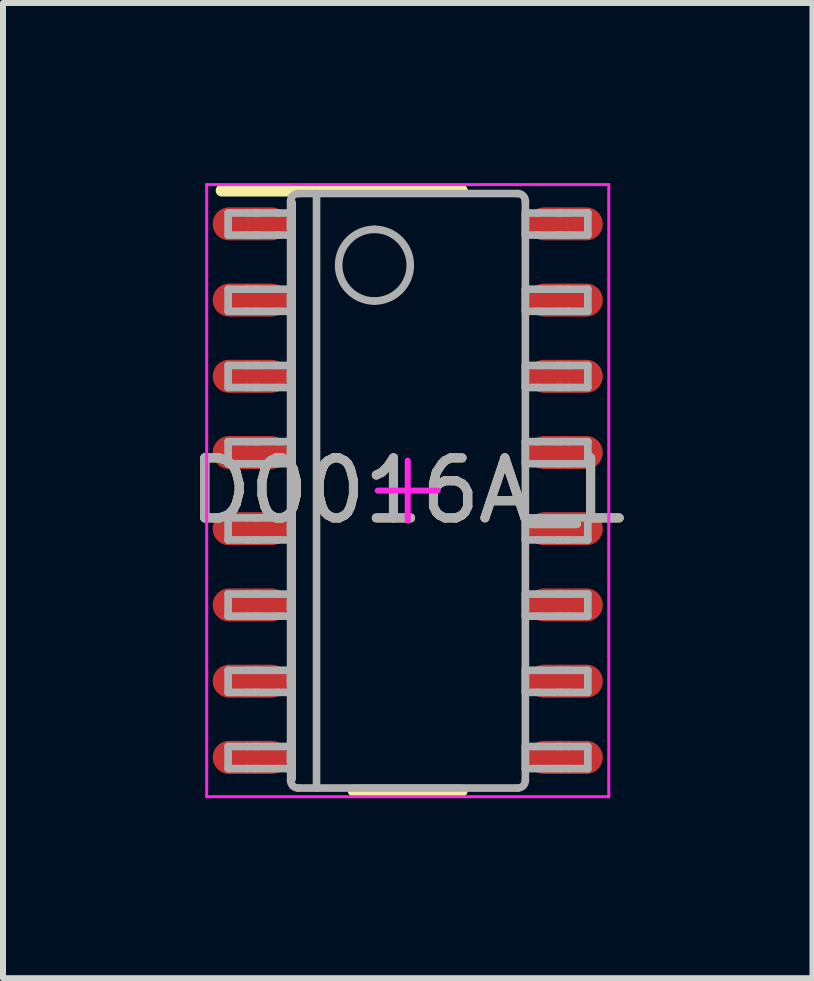
<source format=kicad_pcb>
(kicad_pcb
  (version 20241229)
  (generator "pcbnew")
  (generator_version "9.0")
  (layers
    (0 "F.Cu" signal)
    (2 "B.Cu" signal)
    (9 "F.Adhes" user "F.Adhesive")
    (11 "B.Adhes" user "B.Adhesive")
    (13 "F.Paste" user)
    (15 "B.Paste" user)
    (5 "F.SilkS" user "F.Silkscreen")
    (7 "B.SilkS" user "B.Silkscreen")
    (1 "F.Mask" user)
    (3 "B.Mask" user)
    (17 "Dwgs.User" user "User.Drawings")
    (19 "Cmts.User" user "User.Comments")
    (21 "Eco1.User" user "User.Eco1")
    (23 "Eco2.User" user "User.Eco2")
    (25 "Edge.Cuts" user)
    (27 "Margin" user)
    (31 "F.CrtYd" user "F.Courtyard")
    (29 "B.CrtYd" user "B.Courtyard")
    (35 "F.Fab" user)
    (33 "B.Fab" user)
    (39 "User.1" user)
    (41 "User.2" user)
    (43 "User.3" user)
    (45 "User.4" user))
  (footprint "D0016A_L"
    (layer "F.Cu")
    (at 3.744 5.125)
    (property "Reference" "D0016A_L" (at 0 0 0) (unlocked yes) (layer "F.SilkS") (effects (font (size 1 1) (thickness 0.15))))
    (attr smd)
    (fp_line (start -3.1 -5) (end 0.9 -5) (stroke (width 0.2) (type solid)) (layer "F.SilkS"))
    (fp_line (start -0.9 5) (end 0.9 5) (stroke (width 0.2) (type solid)) (layer "F.SilkS"))
    (fp_line (start -3.35 -5.1) (end 3.35 -5.1) (stroke (width 0.05) (type solid)) (layer "F.CrtYd"))
    (fp_line (start -3.35 5.1) (end -3.35 -5.1) (stroke (width 0.05) (type solid)) (layer "F.CrtYd"))
    (fp_line (start -3.35 5.1) (end 3.35 5.1) (stroke (width 0.05) (type solid)) (layer "F.CrtYd"))
    (fp_line (start -0.5 0) (end 0.5 0) (stroke (width 0.1) (type solid)) (layer "F.CrtYd"))
    (fp_line (start 0 0.5) (end 0 -0.5) (stroke (width 0.1) (type solid)) (layer "F.CrtYd"))
    (fp_line (start 3.35 5.1) (end 3.35 -5.1) (stroke (width 0.05) (type solid)) (layer "F.CrtYd"))
    (fp_line (start -2.993 -4.626) (end -2.671 -4.626) (stroke (width 0.127) (type solid)) (layer "F.Fab"))
    (fp_line (start -2.993 -4.258) (end -2.993 -4.626) (stroke (width 0.127) (type solid)) (layer "F.Fab"))
    (fp_line (start -2.993 -4.258) (end -2.671 -4.258) (stroke (width 0.127) (type solid)) (layer "F.Fab"))
    (fp_line (start -2.993 -3.356) (end -2.671 -3.356) (stroke (width 0.127) (type solid)) (layer "F.Fab"))
    (fp_line (start -2.993 -2.988) (end -2.993 -3.356) (stroke (width 0.127) (type solid)) (layer "F.Fab"))
    (fp_line (start -2.993 -2.988) (end -2.671 -2.988) (stroke (width 0.127) (type solid)) (layer "F.Fab"))
    (fp_line (start -2.993 -2.086) (end -2.671 -2.086) (stroke (width 0.127) (type solid)) (layer "F.Fab"))
    (fp_line (start -2.993 -1.718) (end -2.993 -2.086) (stroke (width 0.127) (type solid)) (layer "F.Fab"))
    (fp_line (start -2.993 -1.718) (end -2.671 -1.718) (stroke (width 0.127) (type solid)) (layer "F.Fab"))
    (fp_line (start -2.993 -0.816) (end -2.671 -0.816) (stroke (width 0.127) (type solid)) (layer "F.Fab"))
    (fp_line (start -2.993 -0.448) (end -2.993 -0.816) (stroke (width 0.127) (type solid)) (layer "F.Fab"))
    (fp_line (start -2.993 -0.448) (end -2.671 -0.448) (stroke (width 0.127) (type solid)) (layer "F.Fab"))
    (fp_line (start -2.993 0.454) (end -2.671 0.454) (stroke (width 0.127) (type solid)) (layer "F.Fab"))
    (fp_line (start -2.993 0.822) (end -2.993 0.454) (stroke (width 0.127) (type solid)) (layer "F.Fab"))
    (fp_line (start -2.993 0.822) (end -2.671 0.822) (stroke (width 0.127) (type solid)) (layer "F.Fab"))
    (fp_line (start -2.993 1.724) (end -2.671 1.724) (stroke (width 0.127) (type solid)) (layer "F.Fab"))
    (fp_line (start -2.993 2.092) (end -2.993 1.724) (stroke (width 0.127) (type solid)) (layer "F.Fab"))
    (fp_line (start -2.993 2.092) (end -2.671 2.092) (stroke (width 0.127) (type solid)) (layer "F.Fab"))
    (fp_line (start -2.993 2.994) (end -2.671 2.994) (stroke (width 0.127) (type solid)) (layer "F.Fab"))
    (fp_line (start -2.993 3.362) (end -2.993 2.994) (stroke (width 0.127) (type solid)) (layer "F.Fab"))
    (fp_line (start -2.993 3.362) (end -2.671 3.362) (stroke (width 0.127) (type solid)) (layer "F.Fab"))
    (fp_line (start -2.993 4.264) (end -2.671 4.264) (stroke (width 0.127) (type solid)) (layer "F.Fab"))
    (fp_line (start -2.993 4.632) (end -2.993 4.264) (stroke (width 0.127) (type solid)) (layer "F.Fab"))
    (fp_line (start -2.993 4.632) (end -2.671 4.632) (stroke (width 0.127) (type solid)) (layer "F.Fab"))
    (fp_line (start -2.671 -4.626) (end -2.555 -4.626) (stroke (width 0.127) (type solid)) (layer "F.Fab"))
    (fp_line (start -2.671 -4.258) (end -2.555 -4.258) (stroke (width 0.127) (type solid)) (layer "F.Fab"))
    (fp_line (start -2.671 -3.356) (end -2.555 -3.356) (stroke (width 0.127) (type solid)) (layer "F.Fab"))
    (fp_line (start -2.671 -2.988) (end -2.555 -2.988) (stroke (width 0.127) (type solid)) (layer "F.Fab"))
    (fp_line (start -2.671 -2.086) (end -2.555 -2.086) (stroke (width 0.127) (type solid)) (layer "F.Fab"))
    (fp_line (start -2.671 -1.718) (end -2.555 -1.718) (stroke (width 0.127) (type solid)) (layer "F.Fab"))
    (fp_line (start -2.671 -0.816) (end -2.555 -0.816) (stroke (width 0.127) (type solid)) (layer "F.Fab"))
    (fp_line (start -2.671 -0.448) (end -2.555 -0.448) (stroke (width 0.127) (type solid)) (layer "F.Fab"))
    (fp_line (start -2.671 0.454) (end -2.555 0.454) (stroke (width 0.127) (type solid)) (layer "F.Fab"))
    (fp_line (start -2.671 0.822) (end -2.555 0.822) (stroke (width 0.127) (type solid)) (layer "F.Fab"))
    (fp_line (start -2.671 1.724) (end -2.555 1.724) (stroke (width 0.127) (type solid)) (layer "F.Fab"))
    (fp_line (start -2.671 2.092) (end -2.555 2.092) (stroke (width 0.127) (type solid)) (layer "F.Fab"))
    (fp_line (start -2.671 2.994) (end -2.555 2.994) (stroke (width 0.127) (type solid)) (layer "F.Fab"))
    (fp_line (start -2.671 3.362) (end -2.555 3.362) (stroke (width 0.127) (type solid)) (layer "F.Fab"))
    (fp_line (start -2.671 4.264) (end -2.555 4.264) (stroke (width 0.127) (type solid)) (layer "F.Fab"))
    (fp_line (start -2.671 4.632) (end -2.555 4.632) (stroke (width 0.127) (type solid)) (layer "F.Fab"))
    (fp_line (start -2.555 -4.626) (end -2.488 -4.626) (stroke (width 0.127) (type solid)) (layer "F.Fab"))
    (fp_line (start -2.555 -4.258) (end -2.488 -4.258) (stroke (width 0.127) (type solid)) (layer "F.Fab"))
    (fp_line (start -2.555 -3.356) (end -2.488 -3.356) (stroke (width 0.127) (type solid)) (layer "F.Fab"))
    (fp_line (start -2.555 -2.988) (end -2.488 -2.988) (stroke (width 0.127) (type solid)) (layer "F.Fab"))
    (fp_line (start -2.555 -2.086) (end -2.488 -2.086) (stroke (width 0.127) (type solid)) (layer "F.Fab"))
    (fp_line (start -2.555 -1.718) (end -2.488 -1.718) (stroke (width 0.127) (type solid)) (layer "F.Fab"))
    (fp_line (start -2.555 -0.816) (end -2.488 -0.816) (stroke (width 0.127) (type solid)) (layer "F.Fab"))
    (fp_line (start -2.555 -0.448) (end -2.488 -0.448) (stroke (width 0.127) (type solid)) (layer "F.Fab"))
    (fp_line (start -2.555 0.454) (end -2.488 0.454) (stroke (width 0.127) (type solid)) (layer "F.Fab"))
    (fp_line (start -2.555 0.822) (end -2.488 0.822) (stroke (width 0.127) (type solid)) (layer "F.Fab"))
    (fp_line (start -2.555 1.724) (end -2.488 1.724) (stroke (width 0.127) (type solid)) (layer "F.Fab"))
    (fp_line (start -2.555 2.092) (end -2.488 2.092) (stroke (width 0.127) (type solid)) (layer "F.Fab"))
    (fp_line (start -2.555 2.994) (end -2.488 2.994) (stroke (width 0.127) (type solid)) (layer "F.Fab"))
    (fp_line (start -2.555 3.362) (end -2.488 3.362) (stroke (width 0.127) (type solid)) (layer "F.Fab"))
    (fp_line (start -2.555 4.264) (end -2.488 4.264) (stroke (width 0.127) (type solid)) (layer "F.Fab"))
    (fp_line (start -2.555 4.632) (end -2.488 4.632) (stroke (width 0.127) (type solid)) (layer "F.Fab"))
    (fp_line (start -2.488 -4.626) (end -2.163 -4.626) (stroke (width 0.127) (type solid)) (layer "F.Fab"))
    (fp_line (start -2.488 -4.258) (end -2.163 -4.258) (stroke (width 0.127) (type solid)) (layer "F.Fab"))
    (fp_line (start -2.488 -3.356) (end -2.163 -3.356) (stroke (width 0.127) (type solid)) (layer "F.Fab"))
    (fp_line (start -2.488 -2.988) (end -2.163 -2.988) (stroke (width 0.127) (type solid)) (layer "F.Fab"))
    (fp_line (start -2.488 -2.086) (end -2.163 -2.086) (stroke (width 0.127) (type solid)) (layer "F.Fab"))
    (fp_line (start -2.488 -1.718) (end -2.163 -1.718) (stroke (width 0.127) (type solid)) (layer "F.Fab"))
    (fp_line (start -2.488 -0.816) (end -2.163 -0.816) (stroke (width 0.127) (type solid)) (layer "F.Fab"))
    (fp_line (start -2.488 -0.448) (end -2.163 -0.448) (stroke (width 0.127) (type solid)) (layer "F.Fab"))
    (fp_line (start -2.488 0.454) (end -2.163 0.454) (stroke (width 0.127) (type solid)) (layer "F.Fab"))
    (fp_line (start -2.488 0.822) (end -2.163 0.822) (stroke (width 0.127) (type solid)) (layer "F.Fab"))
    (fp_line (start -2.488 1.724) (end -2.163 1.724) (stroke (width 0.127) (type solid)) (layer "F.Fab"))
    (fp_line (start -2.488 2.092) (end -2.163 2.092) (stroke (width 0.127) (type solid)) (layer "F.Fab"))
    (fp_line (start -2.488 2.994) (end -2.163 2.994) (stroke (width 0.127) (type solid)) (layer "F.Fab"))
    (fp_line (start -2.488 3.362) (end -2.163 3.362) (stroke (width 0.127) (type solid)) (layer "F.Fab"))
    (fp_line (start -2.488 4.264) (end -2.163 4.264) (stroke (width 0.127) (type solid)) (layer "F.Fab"))
    (fp_line (start -2.488 4.632) (end -2.163 4.632) (stroke (width 0.127) (type solid)) (layer "F.Fab"))
    (fp_line (start -2.163 -4.626) (end -1.952 -4.626) (stroke (width 0.127) (type solid)) (layer "F.Fab"))
    (fp_line (start -2.163 -4.258) (end -1.952 -4.258) (stroke (width 0.127) (type solid)) (layer "F.Fab"))
    (fp_line (start -2.163 -3.356) (end -1.952 -3.356) (stroke (width 0.127) (type solid)) (layer "F.Fab"))
    (fp_line (start -2.163 -2.988) (end -1.952 -2.988) (stroke (width 0.127) (type solid)) (layer "F.Fab"))
    (fp_line (start -2.163 -2.086) (end -1.952 -2.086) (stroke (width 0.127) (type solid)) (layer "F.Fab"))
    (fp_line (start -2.163 -1.718) (end -1.952 -1.718) (stroke (width 0.127) (type solid)) (layer "F.Fab"))
    (fp_line (start -2.163 -0.816) (end -1.952 -0.816) (stroke (width 0.127) (type solid)) (layer "F.Fab"))
    (fp_line (start -2.163 -0.448) (end -1.952 -0.448) (stroke (width 0.127) (type solid)) (layer "F.Fab"))
    (fp_line (start -2.163 0.454) (end -1.952 0.454) (stroke (width 0.127) (type solid)) (layer "F.Fab"))
    (fp_line (start -2.163 0.822) (end -1.952 0.822) (stroke (width 0.127) (type solid)) (layer "F.Fab"))
    (fp_line (start -2.163 1.724) (end -1.952 1.724) (stroke (width 0.127) (type solid)) (layer "F.Fab"))
    (fp_line (start -2.163 2.092) (end -1.952 2.092) (stroke (width 0.127) (type solid)) (layer "F.Fab"))
    (fp_line (start -2.163 2.994) (end -1.952 2.994) (stroke (width 0.127) (type solid)) (layer "F.Fab"))
    (fp_line (start -2.163 3.362) (end -1.952 3.362) (stroke (width 0.127) (type solid)) (layer "F.Fab"))
    (fp_line (start -2.163 4.264) (end -1.952 4.264) (stroke (width 0.127) (type solid)) (layer "F.Fab"))
    (fp_line (start -2.163 4.632) (end -1.952 4.632) (stroke (width 0.127) (type solid)) (layer "F.Fab"))
    (fp_line (start -1.952 -4.258) (end -1.952 -4.626) (stroke (width 0.127) (type solid)) (layer "F.Fab"))
    (fp_line (start -1.952 -2.988) (end -1.952 -3.356) (stroke (width 0.127) (type solid)) (layer "F.Fab"))
    (fp_line (start -1.952 -1.718) (end -1.952 -2.086) (stroke (width 0.127) (type solid)) (layer "F.Fab"))
    (fp_line (start -1.952 -0.448) (end -1.952 -0.816) (stroke (width 0.127) (type solid)) (layer "F.Fab"))
    (fp_line (start -1.952 0.822) (end -1.952 0.454) (stroke (width 0.127) (type solid)) (layer "F.Fab"))
    (fp_line (start -1.952 2.092) (end -1.952 1.724) (stroke (width 0.127) (type solid)) (layer "F.Fab"))
    (fp_line (start -1.952 3.362) (end -1.952 2.994) (stroke (width 0.127) (type solid)) (layer "F.Fab"))
    (fp_line (start -1.952 4.632) (end -1.952 4.264) (stroke (width 0.127) (type solid)) (layer "F.Fab"))
    (fp_line (start -1.952 4.829) (end -1.952 -4.823) (stroke (width 0.127) (type solid)) (layer "F.Fab"))
    (fp_line (start -1.925 4.803) (end -1.925 -4.797) (stroke (width 0.127) (type solid)) (layer "F.Fab"))
    (fp_line (start -1.825 -4.95) (end 1.834 -4.95) (stroke (width 0.127) (type solid)) (layer "F.Fab"))
    (fp_line (start -1.825 4.956) (end 1.834 4.956) (stroke (width 0.127) (type solid)) (layer "F.Fab"))
    (fp_line (start -1.52 4.956) (end -1.52 -4.95) (stroke (width 0.127) (type solid)) (layer "F.Fab"))
    (fp_line (start 1.96 -4.626) (end 2.172 -4.626) (stroke (width 0.127) (type solid)) (layer "F.Fab"))
    (fp_line (start 1.96 -4.258) (end 1.96 -4.626) (stroke (width 0.127) (type solid)) (layer "F.Fab"))
    (fp_line (start 1.96 -4.258) (end 2.172 -4.258) (stroke (width 0.127) (type solid)) (layer "F.Fab"))
    (fp_line (start 1.96 -3.356) (end 2.172 -3.356) (stroke (width 0.127) (type solid)) (layer "F.Fab"))
    (fp_line (start 1.96 -2.988) (end 1.96 -3.356) (stroke (width 0.127) (type solid)) (layer "F.Fab"))
    (fp_line (start 1.96 -2.988) (end 2.172 -2.988) (stroke (width 0.127) (type solid)) (layer "F.Fab"))
    (fp_line (start 1.96 -2.086) (end 2.172 -2.086) (stroke (width 0.127) (type solid)) (layer "F.Fab"))
    (fp_line (start 1.96 -1.718) (end 1.96 -2.086) (stroke (width 0.127) (type solid)) (layer "F.Fab"))
    (fp_line (start 1.96 -1.718) (end 2.172 -1.718) (stroke (width 0.127) (type solid)) (layer "F.Fab"))
    (fp_line (start 1.96 -0.816) (end 2.172 -0.816) (stroke (width 0.127) (type solid)) (layer "F.Fab"))
    (fp_line (start 1.96 -0.448) (end 1.96 -0.816) (stroke (width 0.127) (type solid)) (layer "F.Fab"))
    (fp_line (start 1.96 -0.448) (end 2.172 -0.448) (stroke (width 0.127) (type solid)) (layer "F.Fab"))
    (fp_line (start 1.96 0.454) (end 2.172 0.454) (stroke (width 0.127) (type solid)) (layer "F.Fab"))
    (fp_line (start 1.96 0.822) (end 1.96 0.454) (stroke (width 0.127) (type solid)) (layer "F.Fab"))
    (fp_line (start 1.96 0.822) (end 2.172 0.822) (stroke (width 0.127) (type solid)) (layer "F.Fab"))
    (fp_line (start 1.96 1.724) (end 2.172 1.724) (stroke (width 0.127) (type solid)) (layer "F.Fab"))
    (fp_line (start 1.96 2.092) (end 1.96 1.724) (stroke (width 0.127) (type solid)) (layer "F.Fab"))
    (fp_line (start 1.96 2.092) (end 2.172 2.092) (stroke (width 0.127) (type solid)) (layer "F.Fab"))
    (fp_line (start 1.96 2.994) (end 2.172 2.994) (stroke (width 0.127) (type solid)) (layer "F.Fab"))
    (fp_line (start 1.96 3.362) (end 1.96 2.994) (stroke (width 0.127) (type solid)) (layer "F.Fab"))
    (fp_line (start 1.96 3.362) (end 2.172 3.362) (stroke (width 0.127) (type solid)) (layer "F.Fab"))
    (fp_line (start 1.96 4.264) (end 2.172 4.264) (stroke (width 0.127) (type solid)) (layer "F.Fab"))
    (fp_line (start 1.96 4.632) (end 1.96 4.264) (stroke (width 0.127) (type solid)) (layer "F.Fab"))
    (fp_line (start 1.96 4.632) (end 2.172 4.632) (stroke (width 0.127) (type solid)) (layer "F.Fab"))
    (fp_line (start 1.96 4.829) (end 1.96 -4.823) (stroke (width 0.127) (type solid)) (layer "F.Fab"))
    (fp_line (start 2.172 -4.626) (end 2.497 -4.626) (stroke (width 0.127) (type solid)) (layer "F.Fab"))
    (fp_line (start 2.172 -4.258) (end 2.497 -4.258) (stroke (width 0.127) (type solid)) (layer "F.Fab"))
    (fp_line (start 2.172 -3.356) (end 2.497 -3.356) (stroke (width 0.127) (type solid)) (layer "F.Fab"))
    (fp_line (start 2.172 -2.988) (end 2.497 -2.988) (stroke (width 0.127) (type solid)) (layer "F.Fab"))
    (fp_line (start 2.172 -2.086) (end 2.497 -2.086) (stroke (width 0.127) (type solid)) (layer "F.Fab"))
    (fp_line (start 2.172 -1.718) (end 2.497 -1.718) (stroke (width 0.127) (type solid)) (layer "F.Fab"))
    (fp_line (start 2.172 -0.816) (end 2.497 -0.816) (stroke (width 0.127) (type solid)) (layer "F.Fab"))
    (fp_line (start 2.172 -0.448) (end 2.497 -0.448) (stroke (width 0.127) (type solid)) (layer "F.Fab"))
    (fp_line (start 2.172 0.454) (end 2.497 0.454) (stroke (width 0.127) (type solid)) (layer "F.Fab"))
    (fp_line (start 2.172 0.822) (end 2.497 0.822) (stroke (width 0.127) (type solid)) (layer "F.Fab"))
    (fp_line (start 2.172 1.724) (end 2.497 1.724) (stroke (width 0.127) (type solid)) (layer "F.Fab"))
    (fp_line (start 2.172 2.092) (end 2.497 2.092) (stroke (width 0.127) (type solid)) (layer "F.Fab"))
    (fp_line (start 2.172 2.994) (end 2.497 2.994) (stroke (width 0.127) (type solid)) (layer "F.Fab"))
    (fp_line (start 2.172 3.362) (end 2.497 3.362) (stroke (width 0.127) (type solid)) (layer "F.Fab"))
    (fp_line (start 2.172 4.264) (end 2.497 4.264) (stroke (width 0.127) (type solid)) (layer "F.Fab"))
    (fp_line (start 2.172 4.632) (end 2.497 4.632) (stroke (width 0.127) (type solid)) (layer "F.Fab"))
    (fp_line (start 2.497 -4.626) (end 2.563 -4.626) (stroke (width 0.127) (type solid)) (layer "F.Fab"))
    (fp_line (start 2.497 -4.258) (end 2.563 -4.258) (stroke (width 0.127) (type solid)) (layer "F.Fab"))
    (fp_line (start 2.497 -3.356) (end 2.563 -3.356) (stroke (width 0.127) (type solid)) (layer "F.Fab"))
    (fp_line (start 2.497 -2.988) (end 2.563 -2.988) (stroke (width 0.127) (type solid)) (layer "F.Fab"))
    (fp_line (start 2.497 -2.086) (end 2.563 -2.086) (stroke (width 0.127) (type solid)) (layer "F.Fab"))
    (fp_line (start 2.497 -1.718) (end 2.563 -1.718) (stroke (width 0.127) (type solid)) (layer "F.Fab"))
    (fp_line (start 2.497 -0.816) (end 2.563 -0.816) (stroke (width 0.127) (type solid)) (layer "F.Fab"))
    (fp_line (start 2.497 -0.448) (end 2.563 -0.448) (stroke (width 0.127) (type solid)) (layer "F.Fab"))
    (fp_line (start 2.497 0.454) (end 2.563 0.454) (stroke (width 0.127) (type solid)) (layer "F.Fab"))
    (fp_line (start 2.497 0.822) (end 2.563 0.822) (stroke (width 0.127) (type solid)) (layer "F.Fab"))
    (fp_line (start 2.497 1.724) (end 2.563 1.724) (stroke (width 0.127) (type solid)) (layer "F.Fab"))
    (fp_line (start 2.497 2.092) (end 2.563 2.092) (stroke (width 0.127) (type solid)) (layer "F.Fab"))
    (fp_line (start 2.497 2.994) (end 2.563 2.994) (stroke (width 0.127) (type solid)) (layer "F.Fab"))
    (fp_line (start 2.497 3.362) (end 2.563 3.362) (stroke (width 0.127) (type solid)) (layer "F.Fab"))
    (fp_line (start 2.497 4.264) (end 2.563 4.264) (stroke (width 0.127) (type solid)) (layer "F.Fab"))
    (fp_line (start 2.497 4.632) (end 2.563 4.632) (stroke (width 0.127) (type solid)) (layer "F.Fab"))
    (fp_line (start 2.563 -4.626) (end 2.679 -4.626) (stroke (width 0.127) (type solid)) (layer "F.Fab"))
    (fp_line (start 2.563 -4.258) (end 2.679 -4.258) (stroke (width 0.127) (type solid)) (layer "F.Fab"))
    (fp_line (start 2.563 -3.356) (end 2.679 -3.356) (stroke (width 0.127) (type solid)) (layer "F.Fab"))
    (fp_line (start 2.563 -2.988) (end 2.679 -2.988) (stroke (width 0.127) (type solid)) (layer "F.Fab"))
    (fp_line (start 2.563 -2.086) (end 2.679 -2.086) (stroke (width 0.127) (type solid)) (layer "F.Fab"))
    (fp_line (start 2.563 -1.718) (end 2.679 -1.718) (stroke (width 0.127) (type solid)) (layer "F.Fab"))
    (fp_line (start 2.563 -0.816) (end 2.679 -0.816) (stroke (width 0.127) (type solid)) (layer "F.Fab"))
    (fp_line (start 2.563 -0.448) (end 2.679 -0.448) (stroke (width 0.127) (type solid)) (layer "F.Fab"))
    (fp_line (start 2.563 0.454) (end 2.679 0.454) (stroke (width 0.127) (type solid)) (layer "F.Fab"))
    (fp_line (start 2.563 0.822) (end 2.679 0.822) (stroke (width 0.127) (type solid)) (layer "F.Fab"))
    (fp_line (start 2.563 1.724) (end 2.679 1.724) (stroke (width 0.127) (type solid)) (layer "F.Fab"))
    (fp_line (start 2.563 2.092) (end 2.679 2.092) (stroke (width 0.127) (type solid)) (layer "F.Fab"))
    (fp_line (start 2.563 2.994) (end 2.679 2.994) (stroke (width 0.127) (type solid)) (layer "F.Fab"))
    (fp_line (start 2.563 3.362) (end 2.679 3.362) (stroke (width 0.127) (type solid)) (layer "F.Fab"))
    (fp_line (start 2.563 4.264) (end 2.679 4.264) (stroke (width 0.127) (type solid)) (layer "F.Fab"))
    (fp_line (start 2.563 4.632) (end 2.679 4.632) (stroke (width 0.127) (type solid)) (layer "F.Fab"))
    (fp_line (start 2.679 -4.626) (end 3.001 -4.626) (stroke (width 0.127) (type solid)) (layer "F.Fab"))
    (fp_line (start 2.679 -4.258) (end 3.001 -4.258) (stroke (width 0.127) (type solid)) (layer "F.Fab"))
    (fp_line (start 2.679 -3.356) (end 3.001 -3.356) (stroke (width 0.127) (type solid)) (layer "F.Fab"))
    (fp_line (start 2.679 -2.988) (end 3.001 -2.988) (stroke (width 0.127) (type solid)) (layer "F.Fab"))
    (fp_line (start 2.679 -2.086) (end 3.001 -2.086) (stroke (width 0.127) (type solid)) (layer "F.Fab"))
    (fp_line (start 2.679 -1.718) (end 3.001 -1.718) (stroke (width 0.127) (type solid)) (layer "F.Fab"))
    (fp_line (start 2.679 -0.816) (end 3.001 -0.816) (stroke (width 0.127) (type solid)) (layer "F.Fab"))
    (fp_line (start 2.679 -0.448) (end 3.001 -0.448) (stroke (width 0.127) (type solid)) (layer "F.Fab"))
    (fp_line (start 2.679 0.454) (end 3.001 0.454) (stroke (width 0.127) (type solid)) (layer "F.Fab"))
    (fp_line (start 2.679 0.822) (end 3.001 0.822) (stroke (width 0.127) (type solid)) (layer "F.Fab"))
    (fp_line (start 2.679 1.724) (end 3.001 1.724) (stroke (width 0.127) (type solid)) (layer "F.Fab"))
    (fp_line (start 2.679 2.092) (end 3.001 2.092) (stroke (width 0.127) (type solid)) (layer "F.Fab"))
    (fp_line (start 2.679 2.994) (end 3.001 2.994) (stroke (width 0.127) (type solid)) (layer "F.Fab"))
    (fp_line (start 2.679 3.362) (end 3.001 3.362) (stroke (width 0.127) (type solid)) (layer "F.Fab"))
    (fp_line (start 2.679 4.264) (end 3.001 4.264) (stroke (width 0.127) (type solid)) (layer "F.Fab"))
    (fp_line (start 2.679 4.632) (end 3.001 4.632) (stroke (width 0.127) (type solid)) (layer "F.Fab"))
    (fp_line (start 3.001 -4.258) (end 3.001 -4.626) (stroke (width 0.127) (type solid)) (layer "F.Fab"))
    (fp_line (start 3.001 -2.988) (end 3.001 -3.356) (stroke (width 0.127) (type solid)) (layer "F.Fab"))
    (fp_line (start 3.001 -1.718) (end 3.001 -2.086) (stroke (width 0.127) (type solid)) (layer "F.Fab"))
    (fp_line (start 3.001 -0.448) (end 3.001 -0.816) (stroke (width 0.127) (type solid)) (layer "F.Fab"))
    (fp_line (start 3.001 0.822) (end 3.001 0.454) (stroke (width 0.127) (type solid)) (layer "F.Fab"))
    (fp_line (start 3.001 2.092) (end 3.001 1.724) (stroke (width 0.127) (type solid)) (layer "F.Fab"))
    (fp_line (start 3.001 3.362) (end 3.001 2.994) (stroke (width 0.127) (type solid)) (layer "F.Fab"))
    (fp_line (start 3.001 4.632) (end 3.001 4.264) (stroke (width 0.127) (type solid)) (layer "F.Fab"))
    (fp_arc (start -1.951542 -4.823482) (mid -1.914335 -4.91281) (end -1.824999 -4.949999) (stroke (width 0.127) (type solid)) (layer "F.Fab"))
    (fp_arc (start -1.824999 4.955999) (mid -1.91434 4.918797) (end -1.951542 4.829456) (stroke (width 0.127) (type solid)) (layer "F.Fab"))
    (fp_arc (start -0.554543 -4.3531) (mid 0.042357 -3.7562) (end -0.554543 -3.1593) (stroke (width 0.127) (type solid)) (layer "F.Fab"))
    (fp_arc (start -0.554543 -3.1593) (mid -1.151443 -3.7562) (end -0.554543 -4.3531) (stroke (width 0.127) (type solid)) (layer "F.Fab"))
    (fp_arc (start 1.833539 -4.949999) (mid 1.922862 -4.912805) (end 1.960056 -4.823482) (stroke (width 0.127) (type solid)) (layer "F.Fab"))
    (fp_arc (start 1.960056 4.829456) (mid 1.922867 4.918792) (end 1.833539 4.955999) (stroke (width 0.127) (type solid)) (layer "F.Fab"))
    (fp_text user "${REFERENCE}" (at 0 0 0) (unlocked yes) (layer "F.Fab") (effects (font (size 1 1) (thickness 0.15))))
    (pad "1" smd oval (at -2.625 -4.445 90) (size 0.55 1.25) (layers "F.Cu" "F.Mask" "F.Paste"))
    (pad "2" smd oval (at -2.625 -3.175 90) (size 0.55 1.25) (layers "F.Cu" "F.Mask" "F.Paste"))
    (pad "3" smd oval (at -2.625 -1.905 90) (size 0.55 1.25) (layers "F.Cu" "F.Mask" "F.Paste"))
    (pad "4" smd oval (at -2.625 -0.635 90) (size 0.55 1.25) (layers "F.Cu" "F.Mask" "F.Paste"))
    (pad "5" smd oval (at -2.625 0.635 90) (size 0.55 1.25) (layers "F.Cu" "F.Mask" "F.Paste"))
    (pad "6" smd oval (at -2.625 1.905 90) (size 0.55 1.25) (layers "F.Cu" "F.Mask" "F.Paste"))
    (pad "7" smd oval (at -2.625 3.175 90) (size 0.55 1.25) (layers "F.Cu" "F.Mask" "F.Paste"))
    (pad "8" smd oval (at -2.625 4.445 90) (size 0.55 1.25) (layers "F.Cu" "F.Mask" "F.Paste"))
    (pad "9" smd oval (at 2.625 4.445 90) (size 0.55 1.25) (layers "F.Cu" "F.Mask" "F.Paste"))
    (pad "10" smd oval (at 2.625 3.175 90) (size 0.55 1.25) (layers "F.Cu" "F.Mask" "F.Paste"))
    (pad "11" smd oval (at 2.625 1.905 90) (size 0.55 1.25) (layers "F.Cu" "F.Mask" "F.Paste"))
    (pad "12" smd oval (at 2.625 0.635 90) (size 0.55 1.25) (layers "F.Cu" "F.Mask" "F.Paste"))
    (pad "13" smd oval (at 2.625 -0.635 90) (size 0.55 1.25) (layers "F.Cu" "F.Mask" "F.Paste"))
    (pad "14" smd oval (at 2.625 -1.905 90) (size 0.55 1.25) (layers "F.Cu" "F.Mask" "F.Paste"))
    (pad "15" smd oval (at 2.625 -3.175 90) (size 0.55 1.25) (layers "F.Cu" "F.Mask" "F.Paste"))
    (pad "16" smd oval (at 2.625 -4.445 90) (size 0.55 1.25) (layers "F.Cu" "F.Mask" "F.Paste")))
  (gr_rect
    (start -3 -3)
    (end 10.488 13.25)
    (stroke (width 0.1) (type default))
    (fill no)
    (layer "Edge.Cuts")))
</source>
